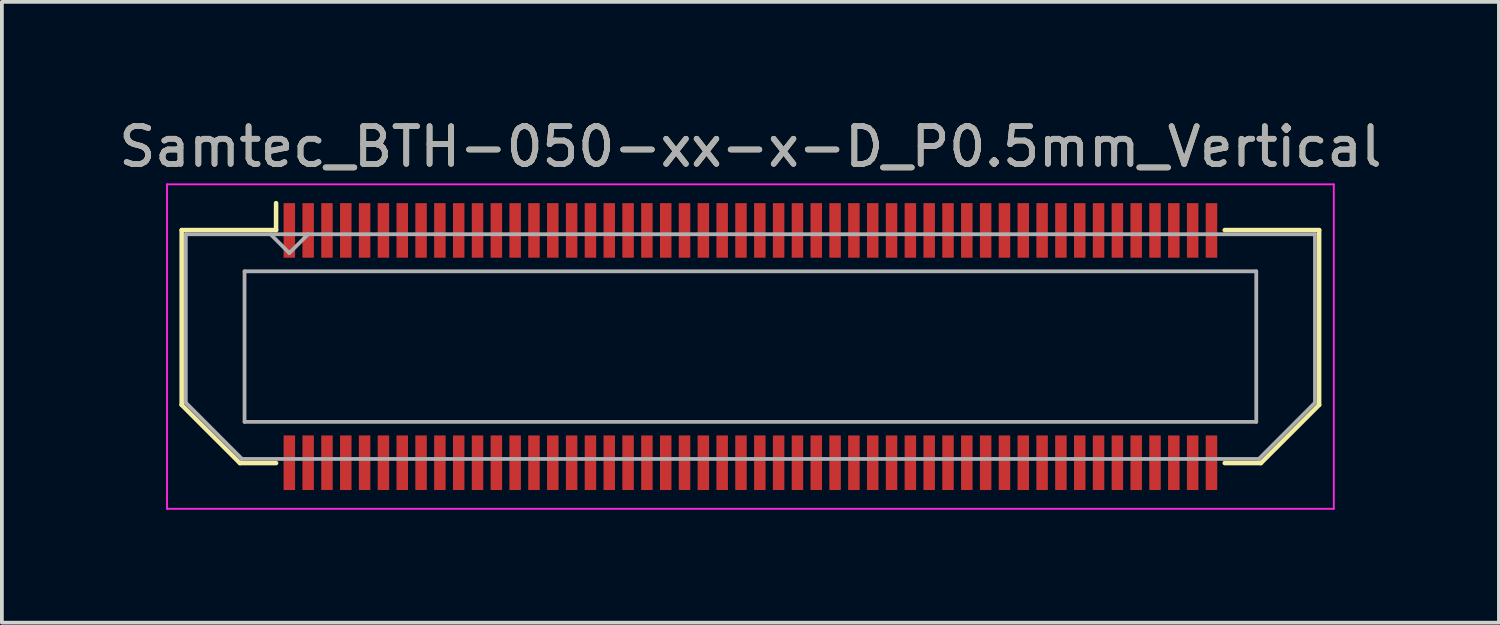
<source format=kicad_pcb>
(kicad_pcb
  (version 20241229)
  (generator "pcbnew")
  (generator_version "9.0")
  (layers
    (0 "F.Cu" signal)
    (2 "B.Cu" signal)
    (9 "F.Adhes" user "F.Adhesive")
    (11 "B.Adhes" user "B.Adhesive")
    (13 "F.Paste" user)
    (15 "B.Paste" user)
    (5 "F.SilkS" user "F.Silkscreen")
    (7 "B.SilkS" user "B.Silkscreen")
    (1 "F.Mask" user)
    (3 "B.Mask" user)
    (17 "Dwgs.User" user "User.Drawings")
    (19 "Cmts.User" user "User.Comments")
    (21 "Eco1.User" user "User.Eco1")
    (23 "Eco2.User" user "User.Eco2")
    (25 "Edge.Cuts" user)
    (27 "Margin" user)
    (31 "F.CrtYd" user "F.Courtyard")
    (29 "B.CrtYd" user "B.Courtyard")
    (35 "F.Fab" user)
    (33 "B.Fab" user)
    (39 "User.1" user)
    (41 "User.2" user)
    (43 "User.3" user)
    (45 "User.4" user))
  (footprint "Samtec_BTH-050-xx-x-D_P0.5mm_Vertical"
    (layer "F.Cu")
    (at 16.887 6.158)
    (property "Reference" "Samtec_BTH-050-xx-x-D_P0.5mm_Vertical" (at 0 -5.31 0) (layer "F.SilkS") (effects (font (size 1 1) (thickness 0.15))))
    (attr smd)
    (fp_line (start -15.11 -3.095) (end -15.11 1.548) (stroke (width 0.12) (type solid)) (layer "F.SilkS"))
    (fp_line (start -15.11 1.548) (end -13.562 3.095) (stroke (width 0.12) (type solid)) (layer "F.SilkS"))
    (fp_line (start -13.562 3.095) (end -12.602 3.095) (stroke (width 0.12) (type solid)) (layer "F.SilkS"))
    (fp_line (start -12.602 -3.811) (end -12.602 -3.095) (stroke (width 0.12) (type solid)) (layer "F.SilkS"))
    (fp_line (start -12.602 -3.095) (end -15.11 -3.095) (stroke (width 0.12) (type solid)) (layer "F.SilkS"))
    (fp_line (start 12.602 -3.095) (end 15.11 -3.095) (stroke (width 0.12) (type solid)) (layer "F.SilkS"))
    (fp_line (start 13.562 3.095) (end 12.602 3.095) (stroke (width 0.12) (type solid)) (layer "F.SilkS"))
    (fp_line (start 15.11 -3.095) (end 15.11 1.548) (stroke (width 0.12) (type solid)) (layer "F.SilkS"))
    (fp_line (start 15.11 1.548) (end 13.562 3.095) (stroke (width 0.12) (type solid)) (layer "F.SilkS"))
    (fp_line (start -15.5 -4.31) (end -15.5 4.31) (stroke (width 0.05) (type solid)) (layer "F.CrtYd"))
    (fp_line (start -15.5 4.31) (end 15.5 4.31) (stroke (width 0.05) (type solid)) (layer "F.CrtYd"))
    (fp_line (start 15.5 -4.31) (end -15.5 -4.31) (stroke (width 0.05) (type solid)) (layer "F.CrtYd"))
    (fp_line (start 15.5 4.31) (end 15.5 -4.31) (stroke (width 0.05) (type solid)) (layer "F.CrtYd"))
    (fp_line (start -15 -2.985) (end -15 1.492) (stroke (width 0.1) (type solid)) (layer "F.Fab"))
    (fp_line (start -15 -2.985) (end 15 -2.985) (stroke (width 0.1) (type solid)) (layer "F.Fab"))
    (fp_line (start -15 1.492) (end -13.508 2.985) (stroke (width 0.1) (type solid)) (layer "F.Fab"))
    (fp_line (start -13.508 2.985) (end 13.508 2.985) (stroke (width 0.1) (type solid)) (layer "F.Fab"))
    (fp_line (start -13.44 -2) (end -13.44 2) (stroke (width 0.1) (type solid)) (layer "F.Fab"))
    (fp_line (start -13.44 2) (end 13.44 2) (stroke (width 0.1) (type solid)) (layer "F.Fab"))
    (fp_line (start -12.25 -2.485) (end -12.75 -2.985) (stroke (width 0.1) (type solid)) (layer "F.Fab"))
    (fp_line (start -11.75 -2.985) (end -12.25 -2.485) (stroke (width 0.1) (type solid)) (layer "F.Fab"))
    (fp_line (start 13.44 -2) (end -13.44 -2) (stroke (width 0.1) (type solid)) (layer "F.Fab"))
    (fp_line (start 13.44 2) (end 13.44 -2) (stroke (width 0.1) (type solid)) (layer "F.Fab"))
    (fp_line (start 15 -2.985) (end 15 1.492) (stroke (width 0.1) (type solid)) (layer "F.Fab"))
    (fp_line (start 15 1.492) (end 13.508 2.985) (stroke (width 0.1) (type solid)) (layer "F.Fab"))
    (fp_text user "${REFERENCE}" (at 0 -5.31 0) (layer "F.Fab") (effects (font (size 1 1) (thickness 0.15))))
    (pad "1" smd rect (at -12.25 -3.086) (size 0.305 1.45) (layers "F.Cu" "F.Mask" "F.Paste"))
    (pad "2" smd rect (at -12.25 3.086) (size 0.305 1.45) (layers "F.Cu" "F.Mask" "F.Paste"))
    (pad "3" smd rect (at -11.75 -3.086) (size 0.305 1.45) (layers "F.Cu" "F.Mask" "F.Paste"))
    (pad "4" smd rect (at -11.75 3.086) (size 0.305 1.45) (layers "F.Cu" "F.Mask" "F.Paste"))
    (pad "5" smd rect (at -11.25 -3.086) (size 0.305 1.45) (layers "F.Cu" "F.Mask" "F.Paste"))
    (pad "6" smd rect (at -11.25 3.086) (size 0.305 1.45) (layers "F.Cu" "F.Mask" "F.Paste"))
    (pad "7" smd rect (at -10.75 -3.086) (size 0.305 1.45) (layers "F.Cu" "F.Mask" "F.Paste"))
    (pad "8" smd rect (at -10.75 3.086) (size 0.305 1.45) (layers "F.Cu" "F.Mask" "F.Paste"))
    (pad "9" smd rect (at -10.25 -3.086) (size 0.305 1.45) (layers "F.Cu" "F.Mask" "F.Paste"))
    (pad "10" smd rect (at -10.25 3.086) (size 0.305 1.45) (layers "F.Cu" "F.Mask" "F.Paste"))
    (pad "11" smd rect (at -9.75 -3.086) (size 0.305 1.45) (layers "F.Cu" "F.Mask" "F.Paste"))
    (pad "12" smd rect (at -9.75 3.086) (size 0.305 1.45) (layers "F.Cu" "F.Mask" "F.Paste"))
    (pad "13" smd rect (at -9.25 -3.086) (size 0.305 1.45) (layers "F.Cu" "F.Mask" "F.Paste"))
    (pad "14" smd rect (at -9.25 3.086) (size 0.305 1.45) (layers "F.Cu" "F.Mask" "F.Paste"))
    (pad "15" smd rect (at -8.75 -3.086) (size 0.305 1.45) (layers "F.Cu" "F.Mask" "F.Paste"))
    (pad "16" smd rect (at -8.75 3.086) (size 0.305 1.45) (layers "F.Cu" "F.Mask" "F.Paste"))
    (pad "17" smd rect (at -8.25 -3.086) (size 0.305 1.45) (layers "F.Cu" "F.Mask" "F.Paste"))
    (pad "18" smd rect (at -8.25 3.086) (size 0.305 1.45) (layers "F.Cu" "F.Mask" "F.Paste"))
    (pad "19" smd rect (at -7.75 -3.086) (size 0.305 1.45) (layers "F.Cu" "F.Mask" "F.Paste"))
    (pad "20" smd rect (at -7.75 3.086) (size 0.305 1.45) (layers "F.Cu" "F.Mask" "F.Paste"))
    (pad "21" smd rect (at -7.25 -3.086) (size 0.305 1.45) (layers "F.Cu" "F.Mask" "F.Paste"))
    (pad "22" smd rect (at -7.25 3.086) (size 0.305 1.45) (layers "F.Cu" "F.Mask" "F.Paste"))
    (pad "23" smd rect (at -6.75 -3.086) (size 0.305 1.45) (layers "F.Cu" "F.Mask" "F.Paste"))
    (pad "24" smd rect (at -6.75 3.086) (size 0.305 1.45) (layers "F.Cu" "F.Mask" "F.Paste"))
    (pad "25" smd rect (at -6.25 -3.086) (size 0.305 1.45) (layers "F.Cu" "F.Mask" "F.Paste"))
    (pad "26" smd rect (at -6.25 3.086) (size 0.305 1.45) (layers "F.Cu" "F.Mask" "F.Paste"))
    (pad "27" smd rect (at -5.75 -3.086) (size 0.305 1.45) (layers "F.Cu" "F.Mask" "F.Paste"))
    (pad "28" smd rect (at -5.75 3.086) (size 0.305 1.45) (layers "F.Cu" "F.Mask" "F.Paste"))
    (pad "29" smd rect (at -5.25 -3.086) (size 0.305 1.45) (layers "F.Cu" "F.Mask" "F.Paste"))
    (pad "30" smd rect (at -5.25 3.086) (size 0.305 1.45) (layers "F.Cu" "F.Mask" "F.Paste"))
    (pad "31" smd rect (at -4.75 -3.086) (size 0.305 1.45) (layers "F.Cu" "F.Mask" "F.Paste"))
    (pad "32" smd rect (at -4.75 3.086) (size 0.305 1.45) (layers "F.Cu" "F.Mask" "F.Paste"))
    (pad "33" smd rect (at -4.25 -3.086) (size 0.305 1.45) (layers "F.Cu" "F.Mask" "F.Paste"))
    (pad "34" smd rect (at -4.25 3.086) (size 0.305 1.45) (layers "F.Cu" "F.Mask" "F.Paste"))
    (pad "35" smd rect (at -3.75 -3.086) (size 0.305 1.45) (layers "F.Cu" "F.Mask" "F.Paste"))
    (pad "36" smd rect (at -3.75 3.086) (size 0.305 1.45) (layers "F.Cu" "F.Mask" "F.Paste"))
    (pad "37" smd rect (at -3.25 -3.086) (size 0.305 1.45) (layers "F.Cu" "F.Mask" "F.Paste"))
    (pad "38" smd rect (at -3.25 3.086) (size 0.305 1.45) (layers "F.Cu" "F.Mask" "F.Paste"))
    (pad "39" smd rect (at -2.75 -3.086) (size 0.305 1.45) (layers "F.Cu" "F.Mask" "F.Paste"))
    (pad "40" smd rect (at -2.75 3.086) (size 0.305 1.45) (layers "F.Cu" "F.Mask" "F.Paste"))
    (pad "41" smd rect (at -2.25 -3.086) (size 0.305 1.45) (layers "F.Cu" "F.Mask" "F.Paste"))
    (pad "42" smd rect (at -2.25 3.086) (size 0.305 1.45) (layers "F.Cu" "F.Mask" "F.Paste"))
    (pad "43" smd rect (at -1.75 -3.086) (size 0.305 1.45) (layers "F.Cu" "F.Mask" "F.Paste"))
    (pad "44" smd rect (at -1.75 3.086) (size 0.305 1.45) (layers "F.Cu" "F.Mask" "F.Paste"))
    (pad "45" smd rect (at -1.25 -3.086) (size 0.305 1.45) (layers "F.Cu" "F.Mask" "F.Paste"))
    (pad "46" smd rect (at -1.25 3.086) (size 0.305 1.45) (layers "F.Cu" "F.Mask" "F.Paste"))
    (pad "47" smd rect (at -0.75 -3.086) (size 0.305 1.45) (layers "F.Cu" "F.Mask" "F.Paste"))
    (pad "48" smd rect (at -0.75 3.086) (size 0.305 1.45) (layers "F.Cu" "F.Mask" "F.Paste"))
    (pad "49" smd rect (at -0.25 -3.086) (size 0.305 1.45) (layers "F.Cu" "F.Mask" "F.Paste"))
    (pad "50" smd rect (at -0.25 3.086) (size 0.305 1.45) (layers "F.Cu" "F.Mask" "F.Paste"))
    (pad "51" smd rect (at 0.25 -3.086) (size 0.305 1.45) (layers "F.Cu" "F.Mask" "F.Paste"))
    (pad "52" smd rect (at 0.25 3.086) (size 0.305 1.45) (layers "F.Cu" "F.Mask" "F.Paste"))
    (pad "53" smd rect (at 0.75 -3.086) (size 0.305 1.45) (layers "F.Cu" "F.Mask" "F.Paste"))
    (pad "54" smd rect (at 0.75 3.086) (size 0.305 1.45) (layers "F.Cu" "F.Mask" "F.Paste"))
    (pad "55" smd rect (at 1.25 -3.086) (size 0.305 1.45) (layers "F.Cu" "F.Mask" "F.Paste"))
    (pad "56" smd rect (at 1.25 3.086) (size 0.305 1.45) (layers "F.Cu" "F.Mask" "F.Paste"))
    (pad "57" smd rect (at 1.75 -3.086) (size 0.305 1.45) (layers "F.Cu" "F.Mask" "F.Paste"))
    (pad "58" smd rect (at 1.75 3.086) (size 0.305 1.45) (layers "F.Cu" "F.Mask" "F.Paste"))
    (pad "59" smd rect (at 2.25 -3.086) (size 0.305 1.45) (layers "F.Cu" "F.Mask" "F.Paste"))
    (pad "60" smd rect (at 2.25 3.086) (size 0.305 1.45) (layers "F.Cu" "F.Mask" "F.Paste"))
    (pad "61" smd rect (at 2.75 -3.086) (size 0.305 1.45) (layers "F.Cu" "F.Mask" "F.Paste"))
    (pad "62" smd rect (at 2.75 3.086) (size 0.305 1.45) (layers "F.Cu" "F.Mask" "F.Paste"))
    (pad "63" smd rect (at 3.25 -3.086) (size 0.305 1.45) (layers "F.Cu" "F.Mask" "F.Paste"))
    (pad "64" smd rect (at 3.25 3.086) (size 0.305 1.45) (layers "F.Cu" "F.Mask" "F.Paste"))
    (pad "65" smd rect (at 3.75 -3.086) (size 0.305 1.45) (layers "F.Cu" "F.Mask" "F.Paste"))
    (pad "66" smd rect (at 3.75 3.086) (size 0.305 1.45) (layers "F.Cu" "F.Mask" "F.Paste"))
    (pad "67" smd rect (at 4.25 -3.086) (size 0.305 1.45) (layers "F.Cu" "F.Mask" "F.Paste"))
    (pad "68" smd rect (at 4.25 3.086) (size 0.305 1.45) (layers "F.Cu" "F.Mask" "F.Paste"))
    (pad "69" smd rect (at 4.75 -3.086) (size 0.305 1.45) (layers "F.Cu" "F.Mask" "F.Paste"))
    (pad "70" smd rect (at 4.75 3.086) (size 0.305 1.45) (layers "F.Cu" "F.Mask" "F.Paste"))
    (pad "71" smd rect (at 5.25 -3.086) (size 0.305 1.45) (layers "F.Cu" "F.Mask" "F.Paste"))
    (pad "72" smd rect (at 5.25 3.086) (size 0.305 1.45) (layers "F.Cu" "F.Mask" "F.Paste"))
    (pad "73" smd rect (at 5.75 -3.086) (size 0.305 1.45) (layers "F.Cu" "F.Mask" "F.Paste"))
    (pad "74" smd rect (at 5.75 3.086) (size 0.305 1.45) (layers "F.Cu" "F.Mask" "F.Paste"))
    (pad "75" smd rect (at 6.25 -3.086) (size 0.305 1.45) (layers "F.Cu" "F.Mask" "F.Paste"))
    (pad "76" smd rect (at 6.25 3.086) (size 0.305 1.45) (layers "F.Cu" "F.Mask" "F.Paste"))
    (pad "77" smd rect (at 6.75 -3.086) (size 0.305 1.45) (layers "F.Cu" "F.Mask" "F.Paste"))
    (pad "78" smd rect (at 6.75 3.086) (size 0.305 1.45) (layers "F.Cu" "F.Mask" "F.Paste"))
    (pad "79" smd rect (at 7.25 -3.086) (size 0.305 1.45) (layers "F.Cu" "F.Mask" "F.Paste"))
    (pad "80" smd rect (at 7.25 3.086) (size 0.305 1.45) (layers "F.Cu" "F.Mask" "F.Paste"))
    (pad "81" smd rect (at 7.75 -3.086) (size 0.305 1.45) (layers "F.Cu" "F.Mask" "F.Paste"))
    (pad "82" smd rect (at 7.75 3.086) (size 0.305 1.45) (layers "F.Cu" "F.Mask" "F.Paste"))
    (pad "83" smd rect (at 8.25 -3.086) (size 0.305 1.45) (layers "F.Cu" "F.Mask" "F.Paste"))
    (pad "84" smd rect (at 8.25 3.086) (size 0.305 1.45) (layers "F.Cu" "F.Mask" "F.Paste"))
    (pad "85" smd rect (at 8.75 -3.086) (size 0.305 1.45) (layers "F.Cu" "F.Mask" "F.Paste"))
    (pad "86" smd rect (at 8.75 3.086) (size 0.305 1.45) (layers "F.Cu" "F.Mask" "F.Paste"))
    (pad "87" smd rect (at 9.25 -3.086) (size 0.305 1.45) (layers "F.Cu" "F.Mask" "F.Paste"))
    (pad "88" smd rect (at 9.25 3.086) (size 0.305 1.45) (layers "F.Cu" "F.Mask" "F.Paste"))
    (pad "89" smd rect (at 9.75 -3.086) (size 0.305 1.45) (layers "F.Cu" "F.Mask" "F.Paste"))
    (pad "90" smd rect (at 9.75 3.086) (size 0.305 1.45) (layers "F.Cu" "F.Mask" "F.Paste"))
    (pad "91" smd rect (at 10.25 -3.086) (size 0.305 1.45) (layers "F.Cu" "F.Mask" "F.Paste"))
    (pad "92" smd rect (at 10.25 3.086) (size 0.305 1.45) (layers "F.Cu" "F.Mask" "F.Paste"))
    (pad "93" smd rect (at 10.75 -3.086) (size 0.305 1.45) (layers "F.Cu" "F.Mask" "F.Paste"))
    (pad "94" smd rect (at 10.75 3.086) (size 0.305 1.45) (layers "F.Cu" "F.Mask" "F.Paste"))
    (pad "95" smd rect (at 11.25 -3.086) (size 0.305 1.45) (layers "F.Cu" "F.Mask" "F.Paste"))
    (pad "96" smd rect (at 11.25 3.086) (size 0.305 1.45) (layers "F.Cu" "F.Mask" "F.Paste"))
    (pad "97" smd rect (at 11.75 -3.086) (size 0.305 1.45) (layers "F.Cu" "F.Mask" "F.Paste"))
    (pad "98" smd rect (at 11.75 3.086) (size 0.305 1.45) (layers "F.Cu" "F.Mask" "F.Paste"))
    (pad "99" smd rect (at 12.25 -3.086) (size 0.305 1.45) (layers "F.Cu" "F.Mask" "F.Paste"))
    (pad "100" smd rect (at 12.25 3.086) (size 0.305 1.45) (layers "F.Cu" "F.Mask" "F.Paste")))
  (gr_rect
    (start -3 -3)
    (end 36.774 13.493)
    (stroke (width 0.1) (type default))
    (fill no)
    (layer "Edge.Cuts")))
</source>
